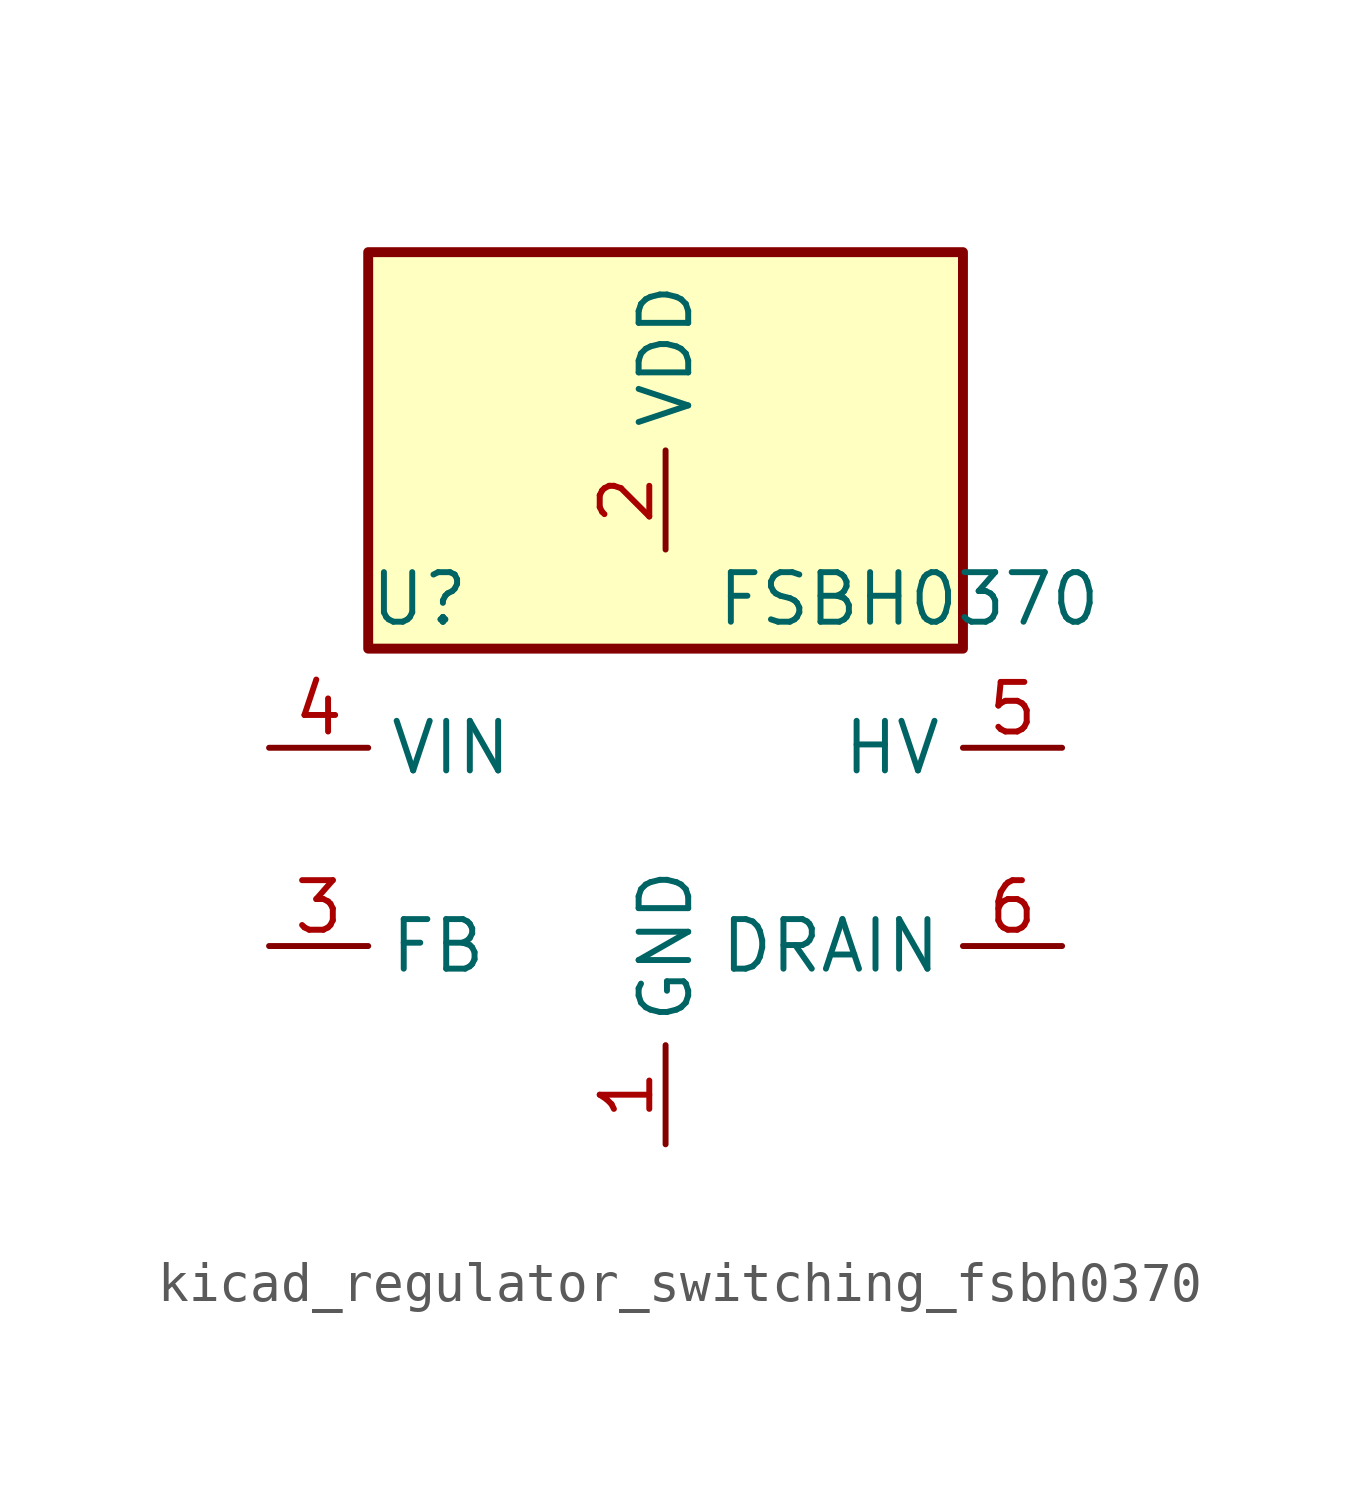
<source format=kicad_sym>
(kicad_symbol_lib
  (version 20220914)
  (generator kicad_symbol_editor)
  (symbol "kicad_regulator_switching_fsbh0370"
    (property "Reference" "U"
      (at -7.62 6.35 0)
      (effects (font (size 1.27 1.27)) (justify left)))
    (property "Value" "FSBH0370"
      (at 1.27 6.35 0)
      (effects (font (size 1.27 1.27)) (justify left)))
    (symbol "kicad_regulator_switching_fsbh0370_0_1"
      (rectangle (start 7.62 15.24) (end -7.62 5.08) (stroke (width 0.254) (type default)) (fill (type background))))
    (symbol "kicad_regulator_switching_fsbh0370_1_1"
      (pin power_in line (at 0 -7.62 90) (length 2.54) (name "GND" (effects (font (size 1.27 1.27)))) (number "1" (effects (font (size 1.27 1.27)))))
      (pin power_in line (at 0 7.62 90) (length 2.54) (name "VDD" (effects (font (size 1.27 1.27)))) (number "2" (effects (font (size 1.27 1.27)))))
      (pin input line (at -10.16 -2.54 0) (length 2.54) (name "FB" (effects (font (size 1.27 1.27)))) (number "3" (effects (font (size 1.27 1.27)))))
      (pin input line (at -10.16 2.54 0) (length 2.54) (name "VIN" (effects (font (size 1.27 1.27)))) (number "4" (effects (font (size 1.27 1.27)))))
      (pin input line (at 10.16 2.54 180) (length 2.54) (name "HV" (effects (font (size 1.27 1.27)))) (number "5" (effects (font (size 1.27 1.27)))))
      (pin open_collector line (at 10.16 -2.54 180) (length 2.54) (name "DRAIN" (effects (font (size 1.27 1.27)))) (number "6" (effects (font (size 1.27 1.27)))))
      (pin open_collector line (at 10.16 -2.54 180) (length 2.54) hide (name "DRAIN" (effects (font (size 1.27 1.27)))) (number "7" (effects (font (size 1.27 1.27)))))
      (pin open_collector line (at 10.16 -2.54 180) (length 2.54) hide (name "DRAIN" (effects (font (size 1.27 1.27)))) (number "8" (effects (font (size 1.27 1.27))))))))
</source>
